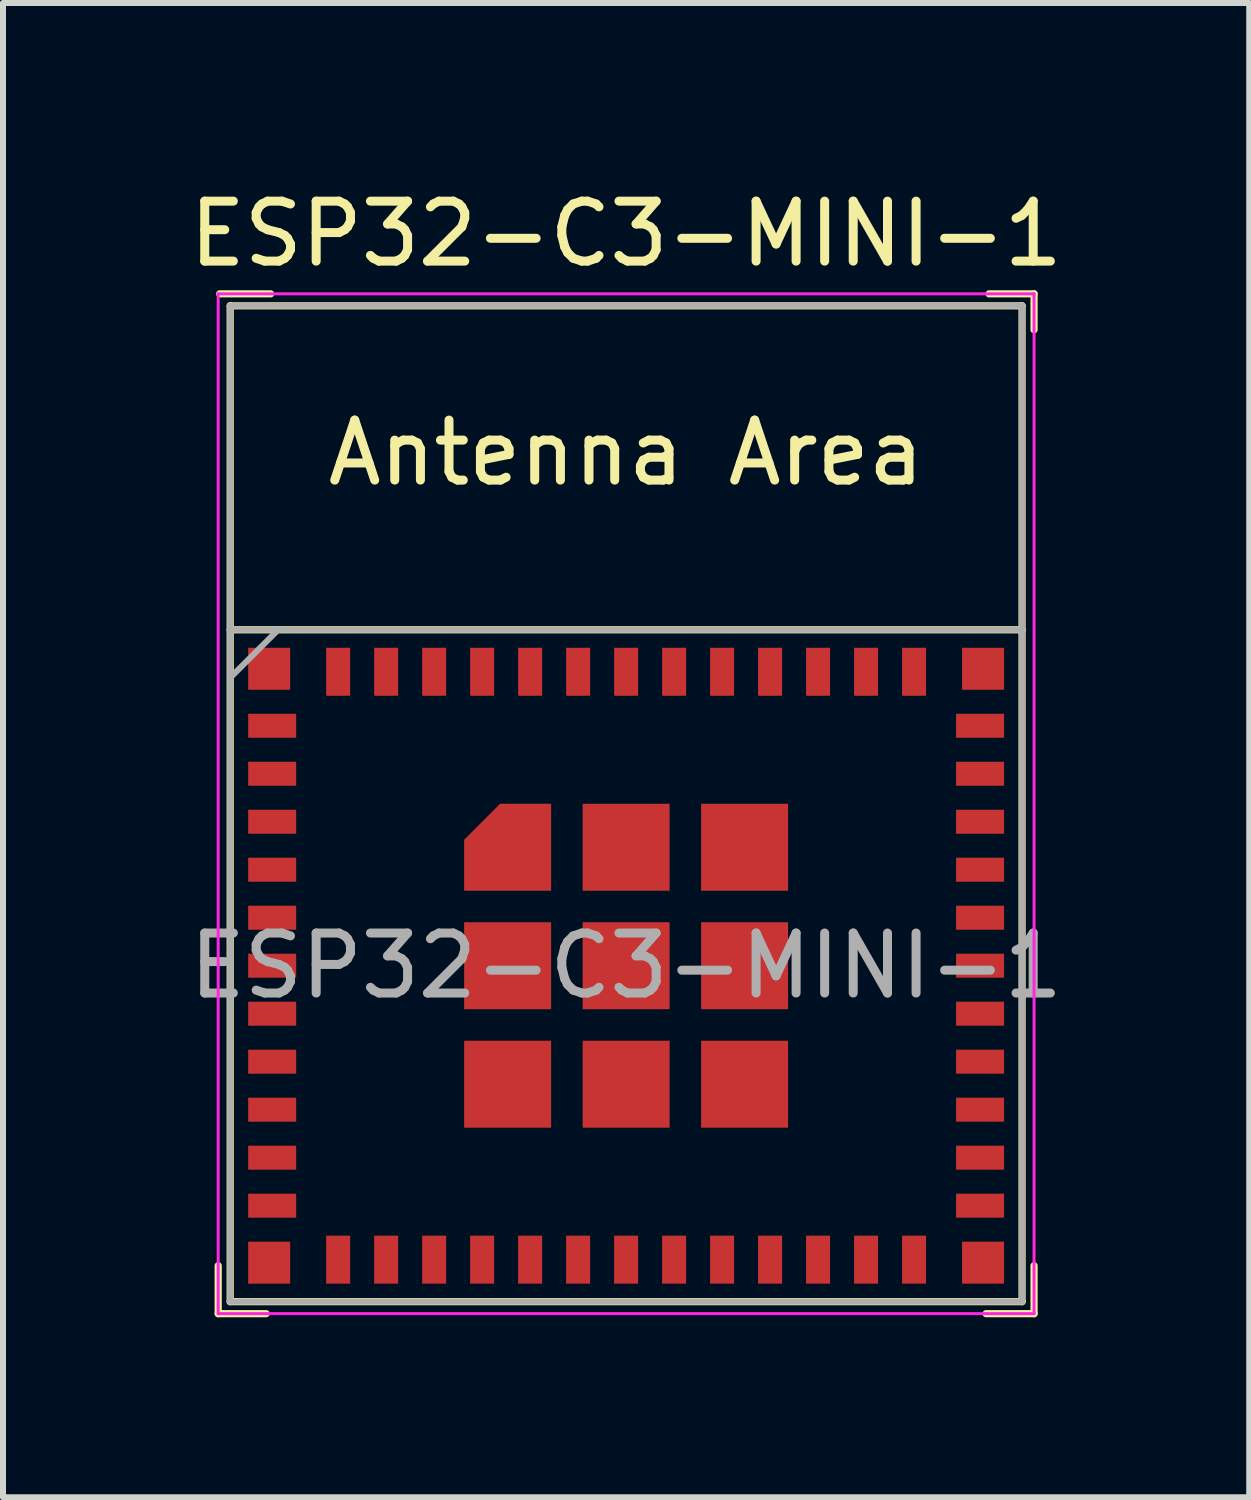
<source format=kicad_pcb>
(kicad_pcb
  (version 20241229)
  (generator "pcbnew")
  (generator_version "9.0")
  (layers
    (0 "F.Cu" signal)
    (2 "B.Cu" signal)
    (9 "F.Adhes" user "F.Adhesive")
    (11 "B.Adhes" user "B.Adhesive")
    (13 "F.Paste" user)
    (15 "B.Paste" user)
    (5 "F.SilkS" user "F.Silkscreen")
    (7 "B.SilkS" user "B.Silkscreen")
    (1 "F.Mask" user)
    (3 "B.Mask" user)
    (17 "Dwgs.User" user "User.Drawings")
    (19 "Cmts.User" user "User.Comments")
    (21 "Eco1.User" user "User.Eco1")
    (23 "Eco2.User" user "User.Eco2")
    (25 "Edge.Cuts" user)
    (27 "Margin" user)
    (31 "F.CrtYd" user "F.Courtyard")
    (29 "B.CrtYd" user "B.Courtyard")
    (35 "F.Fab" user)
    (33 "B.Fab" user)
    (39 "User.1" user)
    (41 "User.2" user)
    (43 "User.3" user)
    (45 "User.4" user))
  (footprint "ESP32-C3-MINI-1"
    (layer "F.Cu")
    (at 7.387 10.348)
    (property "Reference" "ESP32-C3-MINI-1" (at 0 -9.5 0) (layer "F.SilkS") (effects (font (size 1 1) (thickness 0.15))))
    (attr smd)
    (fp_line (start -6.8 7.7) (end -6.8 8.5) (stroke (width 0.12) (type solid)) (layer "F.SilkS"))
    (fp_line (start -6.8 8.5) (end -6 8.5) (stroke (width 0.12) (type solid)) (layer "F.SilkS"))
    (fp_line (start -6.6 -8.3) (end 6.6 -8.3) (stroke (width 0.12) (type solid)) (layer "F.SilkS"))
    (fp_line (start -6.6 -2.9) (end 6.6 -2.9) (stroke (width 0.12) (type solid)) (layer "F.SilkS"))
    (fp_line (start -6.6 8.3) (end -6.6 -8.3) (stroke (width 0.12) (type solid)) (layer "F.SilkS"))
    (fp_line (start -5.925 -8.5) (end -6.775 -8.5) (stroke (width 0.12) (type solid)) (layer "F.SilkS"))
    (fp_line (start 6.05 -8.5) (end 6.8 -8.5) (stroke (width 0.12) (type solid)) (layer "F.SilkS"))
    (fp_line (start 6.6 -8.3) (end 6.6 8.3) (stroke (width 0.12) (type solid)) (layer "F.SilkS"))
    (fp_line (start 6.6 8.3) (end -6.6 8.3) (stroke (width 0.12) (type solid)) (layer "F.SilkS"))
    (fp_line (start 6.8 -8.5) (end 6.8 -7.9) (stroke (width 0.12) (type solid)) (layer "F.SilkS"))
    (fp_line (start 6.8 7.7) (end 6.8 8.5) (stroke (width 0.12) (type solid)) (layer "F.SilkS"))
    (fp_line (start 6.8 8.5) (end 6 8.5) (stroke (width 0.12) (type solid)) (layer "F.SilkS"))
    (fp_line (start -6.8 -8.5) (end 6.8 -8.5) (stroke (width 0.05) (type solid)) (layer "F.CrtYd"))
    (fp_line (start -6.8 8.5) (end -6.8 -8.5) (stroke (width 0.05) (type solid)) (layer "F.CrtYd"))
    (fp_line (start 6.8 -8.5) (end 6.8 8.5) (stroke (width 0.05) (type solid)) (layer "F.CrtYd"))
    (fp_line (start 6.8 8.5) (end -6.8 8.5) (stroke (width 0.05) (type solid)) (layer "F.CrtYd"))
    (fp_line (start -6.6 8.3) (end -6.6 -8.3) (stroke (width 0.1) (type solid)) (layer "F.Fab"))
    (fp_line (start -6.6 8.3) (end 6.6 8.3) (stroke (width 0.1) (type solid)) (layer "F.Fab"))
    (fp_line (start -5.8 -2.9) (end -6.6 -2.1) (stroke (width 0.1) (type solid)) (layer "F.Fab"))
    (fp_line (start 6.6 -8.3) (end -6.6 -8.3) (stroke (width 0.1) (type solid)) (layer "F.Fab"))
    (fp_line (start 6.6 -2.9) (end -6.6 -2.9) (stroke (width 0.1) (type solid)) (layer "F.Fab"))
    (fp_line (start 6.6 8.3) (end 6.6 -8.3) (stroke (width 0.1) (type solid)) (layer "F.Fab"))
    (fp_text user "Antenna Area" (at 0 -5.85 0) (layer "F.SilkS") (effects (font (size 1 1) (thickness 0.15))))
    (fp_text user "${REFERENCE}" (at 0 2.7 0) (layer "F.Fab") (effects (font (size 1 1) (thickness 0.15))))
    (pad "1" smd rect (at -5.9 -1.3 90) (size 0.4 0.8) (layers "F.Cu" "F.Mask" "F.Paste"))
    (pad "2" smd rect (at -5.9 -0.5 90) (size 0.4 0.8) (layers "F.Cu" "F.Mask" "F.Paste"))
    (pad "3" smd rect (at -5.9 0.3 90) (size 0.4 0.8) (layers "F.Cu" "F.Mask" "F.Paste"))
    (pad "4" smd rect (at -5.9 1.1 90) (size 0.4 0.8) (layers "F.Cu" "F.Mask" "F.Paste"))
    (pad "5" smd rect (at -5.9 1.9 90) (size 0.4 0.8) (layers "F.Cu" "F.Mask" "F.Paste"))
    (pad "6" smd rect (at -5.9 2.7 90) (size 0.4 0.8) (layers "F.Cu" "F.Mask" "F.Paste"))
    (pad "7" smd rect (at -5.9 3.5 90) (size 0.4 0.8) (layers "F.Cu" "F.Mask" "F.Paste"))
    (pad "8" smd rect (at -5.9 4.3 90) (size 0.4 0.8) (layers "F.Cu" "F.Mask" "F.Paste"))
    (pad "9" smd rect (at -5.9 5.1 90) (size 0.4 0.8) (layers "F.Cu" "F.Mask" "F.Paste"))
    (pad "10" smd rect (at -5.9 5.9 90) (size 0.4 0.8) (layers "F.Cu" "F.Mask" "F.Paste"))
    (pad "11" smd rect (at -5.9 6.7 90) (size 0.4 0.8) (layers "F.Cu" "F.Mask" "F.Paste"))
    (pad "12" smd rect (at -4.8 7.6) (size 0.4 0.8) (layers "F.Cu" "F.Mask" "F.Paste"))
    (pad "13" smd rect (at -4 7.6) (size 0.4 0.8) (layers "F.Cu" "F.Mask" "F.Paste"))
    (pad "14" smd rect (at -3.2 7.6) (size 0.4 0.8) (layers "F.Cu" "F.Mask" "F.Paste"))
    (pad "15" smd rect (at -2.4 7.6) (size 0.4 0.8) (layers "F.Cu" "F.Mask" "F.Paste"))
    (pad "16" smd rect (at -1.6 7.6) (size 0.4 0.8) (layers "F.Cu" "F.Mask" "F.Paste"))
    (pad "17" smd rect (at -0.8 7.6) (size 0.4 0.8) (layers "F.Cu" "F.Mask" "F.Paste"))
    (pad "18" smd rect (at 0 7.6) (size 0.4 0.8) (layers "F.Cu" "F.Mask" "F.Paste"))
    (pad "19" smd rect (at 0.8 7.6) (size 0.4 0.8) (layers "F.Cu" "F.Mask" "F.Paste"))
    (pad "20" smd rect (at 1.6 7.6) (size 0.4 0.8) (layers "F.Cu" "F.Mask" "F.Paste"))
    (pad "21" smd rect (at 2.4 7.6) (size 0.4 0.8) (layers "F.Cu" "F.Mask" "F.Paste"))
    (pad "22" smd rect (at 3.2 7.6) (size 0.4 0.8) (layers "F.Cu" "F.Mask" "F.Paste"))
    (pad "23" smd rect (at 4 7.6) (size 0.4 0.8) (layers "F.Cu" "F.Mask" "F.Paste"))
    (pad "24" smd rect (at 4.8 7.6) (size 0.4 0.8) (layers "F.Cu" "F.Mask" "F.Paste"))
    (pad "25" smd rect (at 5.9 6.7 90) (size 0.4 0.8) (layers "F.Cu" "F.Mask" "F.Paste"))
    (pad "26" smd rect (at 5.9 5.9 90) (size 0.4 0.8) (layers "F.Cu" "F.Mask" "F.Paste"))
    (pad "27" smd rect (at 5.9 5.1 90) (size 0.4 0.8) (layers "F.Cu" "F.Mask" "F.Paste"))
    (pad "28" smd rect (at 5.9 4.3 90) (size 0.4 0.8) (layers "F.Cu" "F.Mask" "F.Paste"))
    (pad "29" smd rect (at 5.9 3.5 90) (size 0.4 0.8) (layers "F.Cu" "F.Mask" "F.Paste"))
    (pad "30" smd rect (at 5.9 2.7 90) (size 0.4 0.8) (layers "F.Cu" "F.Mask" "F.Paste"))
    (pad "31" smd rect (at 5.9 1.9 90) (size 0.4 0.8) (layers "F.Cu" "F.Mask" "F.Paste"))
    (pad "32" smd rect (at 5.9 1.1 90) (size 0.4 0.8) (layers "F.Cu" "F.Mask" "F.Paste"))
    (pad "33" smd rect (at 5.9 0.3 90) (size 0.4 0.8) (layers "F.Cu" "F.Mask" "F.Paste"))
    (pad "34" smd rect (at 5.9 -0.5 90) (size 0.4 0.8) (layers "F.Cu" "F.Mask" "F.Paste"))
    (pad "35" smd rect (at 5.9 -1.3 90) (size 0.4 0.8) (layers "F.Cu" "F.Mask" "F.Paste"))
    (pad "36" smd rect (at 4.8 -2.2) (size 0.4 0.8) (layers "F.Cu" "F.Mask" "F.Paste"))
    (pad "37" smd rect (at 4 -2.2) (size 0.4 0.8) (layers "F.Cu" "F.Mask" "F.Paste"))
    (pad "38" smd rect (at 3.2 -2.2) (size 0.4 0.8) (layers "F.Cu" "F.Mask" "F.Paste"))
    (pad "39" smd rect (at 2.4 -2.2) (size 0.4 0.8) (layers "F.Cu" "F.Mask" "F.Paste"))
    (pad "40" smd rect (at 1.6 -2.2) (size 0.4 0.8) (layers "F.Cu" "F.Mask" "F.Paste"))
    (pad "41" smd rect (at 0.8 -2.2) (size 0.4 0.8) (layers "F.Cu" "F.Mask" "F.Paste"))
    (pad "42" smd rect (at 0 -2.2) (size 0.4 0.8) (layers "F.Cu" "F.Mask" "F.Paste"))
    (pad "43" smd rect (at -0.8 -2.2) (size 0.4 0.8) (layers "F.Cu" "F.Mask" "F.Paste"))
    (pad "44" smd rect (at -1.6 -2.2) (size 0.4 0.8) (layers "F.Cu" "F.Mask" "F.Paste"))
    (pad "45" smd rect (at -2.4 -2.2) (size 0.4 0.8) (layers "F.Cu" "F.Mask" "F.Paste"))
    (pad "46" smd rect (at -3.2 -2.2) (size 0.4 0.8) (layers "F.Cu" "F.Mask" "F.Paste"))
    (pad "47" smd rect (at -4 -2.2) (size 0.4 0.8) (layers "F.Cu" "F.Mask" "F.Paste"))
    (pad "48" smd rect (at -4.8 -2.2) (size 0.4 0.8) (layers "F.Cu" "F.Mask" "F.Paste"))
    (pad "49" smd custom (at -1.975 0.725) (size 0.8 0.8) (layers "F.Cu" "F.Mask" "F.Paste") (options (anchor rect)) (primitives (gr_poly (pts (xy 0.725 0.725) (xy -0.725 0.725) (xy -0.725 -0.125) (xy -0.125 -0.725) (xy 0.725 -0.725)) (width 0) (fill yes))))
    (pad "49" smd rect (at -1.975 2.7 90) (size 1.45 1.45) (layers "F.Cu" "F.Mask" "F.Paste"))
    (pad "49" smd rect (at -1.975 4.675 90) (size 1.45 1.45) (layers "F.Cu" "F.Mask" "F.Paste"))
    (pad "49" smd rect (at 0 0.725 90) (size 1.45 1.45) (layers "F.Cu" "F.Mask" "F.Paste"))
    (pad "49" smd rect (at 0 2.7 90) (size 1.45 1.45) (layers "F.Cu" "F.Mask" "F.Paste"))
    (pad "49" smd rect (at 0 4.675 90) (size 1.45 1.45) (layers "F.Cu" "F.Mask" "F.Paste"))
    (pad "49" smd rect (at 1.975 0.725 90) (size 1.45 1.45) (layers "F.Cu" "F.Mask" "F.Paste"))
    (pad "49" smd rect (at 1.975 2.7 90) (size 1.45 1.45) (layers "F.Cu" "F.Mask" "F.Paste"))
    (pad "49" smd rect (at 1.975 4.675 90) (size 1.45 1.45) (layers "F.Cu" "F.Mask" "F.Paste"))
    (pad "50" smd rect (at 5.95 -2.25 90) (size 0.7 0.7) (layers "F.Cu" "F.Mask" "F.Paste"))
    (pad "51" smd rect (at 5.95 7.65 90) (size 0.7 0.7) (layers "F.Cu" "F.Mask" "F.Paste"))
    (pad "52" smd rect (at -5.95 7.65 90) (size 0.7 0.7) (layers "F.Cu" "F.Mask" "F.Paste"))
    (pad "53" smd rect (at -5.95 -2.25 90) (size 0.7 0.7) (layers "F.Cu" "F.Mask" "F.Paste"))
    (zone (net_name "") (layers "F.Cu" "B.Cu") (name "antenna keepout") (hatch edge 0.508) (connect_pads) (min_thickness 0.254) (filled_areas_thickness no) (keepout (tracks not_allowed) (vias not_allowed) (pads not_allowed) (copperpour not_allowed) (footprints not_allowed)) (placement (enabled no)) (fill) (polygon (pts (xy 13.987 7.448) (xy 0.787 7.448) (xy 0.787 2.048) (xy 13.987 2.048)))))
  (gr_rect
    (start -3 -3)
    (end 17.774 21.908)
    (stroke (width 0.1) (type default))
    (fill no)
    (layer "Edge.Cuts")))
</source>
